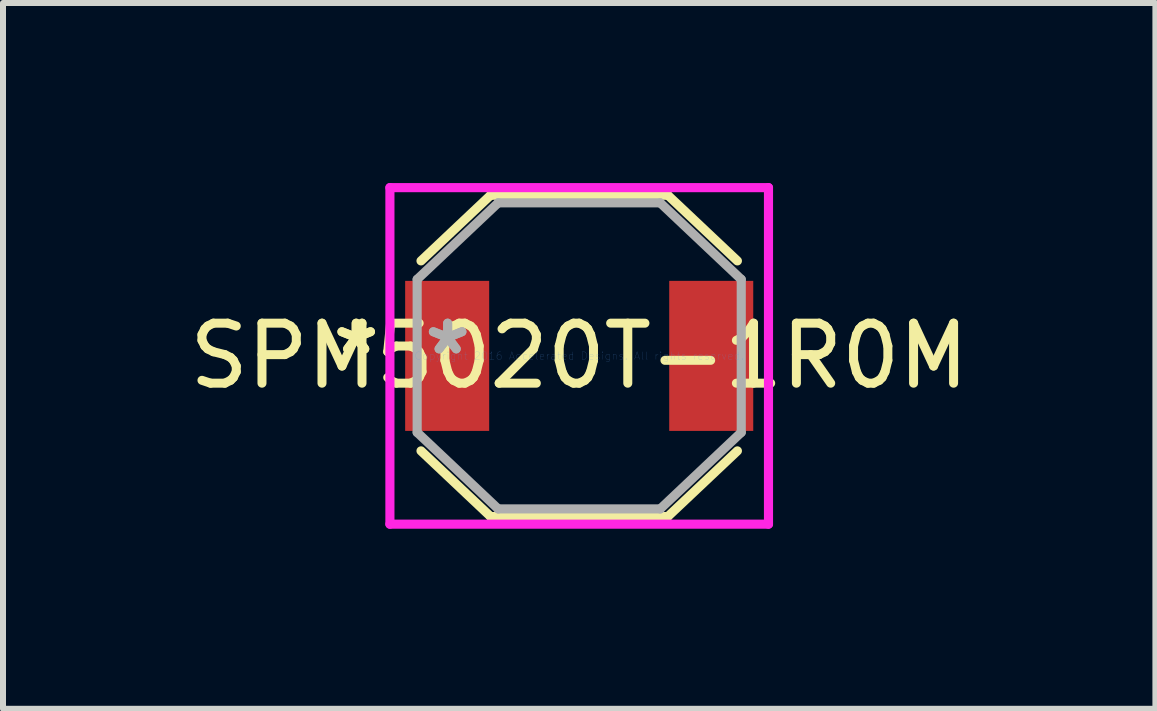
<source format=kicad_pcb>
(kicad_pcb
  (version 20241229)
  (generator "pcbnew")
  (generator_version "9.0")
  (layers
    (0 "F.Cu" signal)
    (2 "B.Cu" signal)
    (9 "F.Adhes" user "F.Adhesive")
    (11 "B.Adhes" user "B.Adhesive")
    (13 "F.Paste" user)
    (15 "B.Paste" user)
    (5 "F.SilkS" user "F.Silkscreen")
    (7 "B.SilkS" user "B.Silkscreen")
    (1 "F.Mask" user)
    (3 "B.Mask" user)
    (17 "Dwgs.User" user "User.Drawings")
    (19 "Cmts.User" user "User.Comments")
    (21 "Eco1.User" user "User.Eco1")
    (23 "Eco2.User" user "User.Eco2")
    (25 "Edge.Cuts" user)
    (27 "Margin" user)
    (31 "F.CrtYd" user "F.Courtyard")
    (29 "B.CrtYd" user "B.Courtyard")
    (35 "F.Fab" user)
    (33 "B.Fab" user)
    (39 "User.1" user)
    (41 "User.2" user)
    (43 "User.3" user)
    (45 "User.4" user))
  (footprint "SPM5020T-1R0M"
    (layer "F.Cu")
    (at 6.601 2.88)
    (property "Reference" "SPM5020T-1R0M" (at 0 0 0) (layer "F.SilkS") (effects (font (size 1 1) (thickness 0.15))))
    (attr through_hole)
    (fp_line (start -2.636 1.583) (end -1.477 2.677) (stroke (width 0.152) (type solid)) (layer "F.SilkS"))
    (fp_line (start -1.477 -2.677) (end -2.636 -1.583) (stroke (width 0.152) (type solid)) (layer "F.SilkS"))
    (fp_line (start -1.477 2.677) (end 1.477 2.677) (stroke (width 0.152) (type solid)) (layer "F.SilkS"))
    (fp_line (start 1.477 -2.677) (end -1.477 -2.677) (stroke (width 0.152) (type solid)) (layer "F.SilkS"))
    (fp_line (start 1.477 2.677) (end 2.636 1.583) (stroke (width 0.152) (type solid)) (layer "F.SilkS"))
    (fp_line (start 2.636 -1.583) (end 1.477 -2.677) (stroke (width 0.152) (type solid)) (layer "F.SilkS"))
    (fp_line (start -3.154 -2.804) (end 3.154 -2.804) (stroke (width 0.152) (type solid)) (layer "F.CrtYd"))
    (fp_line (start -3.154 2.804) (end -3.154 -2.804) (stroke (width 0.152) (type solid)) (layer "F.CrtYd"))
    (fp_line (start 3.154 -2.804) (end 3.154 2.804) (stroke (width 0.152) (type solid)) (layer "F.CrtYd"))
    (fp_line (start 3.154 2.804) (end -3.154 2.804) (stroke (width 0.152) (type solid)) (layer "F.CrtYd"))
    (fp_line (start -2.7 -1.275) (end -2.7 1.275) (stroke (width 0.152) (type solid)) (layer "F.Fab"))
    (fp_line (start -2.7 1.275) (end -1.35 2.55) (stroke (width 0.152) (type solid)) (layer "F.Fab"))
    (fp_line (start -1.35 -2.55) (end -2.7 -1.275) (stroke (width 0.152) (type solid)) (layer "F.Fab"))
    (fp_line (start -1.35 2.55) (end 1.35 2.55) (stroke (width 0.152) (type solid)) (layer "F.Fab"))
    (fp_line (start 1.35 -2.55) (end -1.35 -2.55) (stroke (width 0.152) (type solid)) (layer "F.Fab"))
    (fp_line (start 1.35 2.55) (end 2.7 1.275) (stroke (width 0.152) (type solid)) (layer "F.Fab"))
    (fp_line (start 2.7 -1.275) (end 1.35 -2.55) (stroke (width 0.152) (type solid)) (layer "F.Fab"))
    (fp_line (start 2.7 1.275) (end 2.7 -1.275) (stroke (width 0.152) (type solid)) (layer "F.Fab"))
    (fp_text user "*" (at -3.716 0 0) (layer "F.SilkS") (effects (font (size 1 1) (thickness 0.15))))
    (fp_text user "*" (at -3.716 0 0) (layer "F.SilkS") (effects (font (size 1 1) (thickness 0.15))))
    (fp_text user "Copyright 2016 Accelerated Designs. All rights reserved." (at 0 0 0) (layer "Cmts.User") (effects (font (size 0.127 0.127) (thickness 0.002))))
    (fp_text user "*" (at -2.192 0 0) (layer "F.Fab") (effects (font (size 1 1) (thickness 0.15))))
    (fp_text user "*" (at -2.192 0 0) (layer "F.Fab") (effects (font (size 1 1) (thickness 0.15))))
    (pad "1" smd rect (at -2.2 0) (size 1.4 2.5) (layers "F.Cu" "F.Mask" "F.Paste"))
    (pad "2" smd rect (at 2.2 0) (size 1.4 2.5) (layers "F.Cu" "F.Mask" "F.Paste")))
  (gr_rect
    (start -3 -3)
    (end 16.202 8.76)
    (stroke (width 0.1) (type default))
    (fill no)
    (layer "Edge.Cuts")))
</source>
